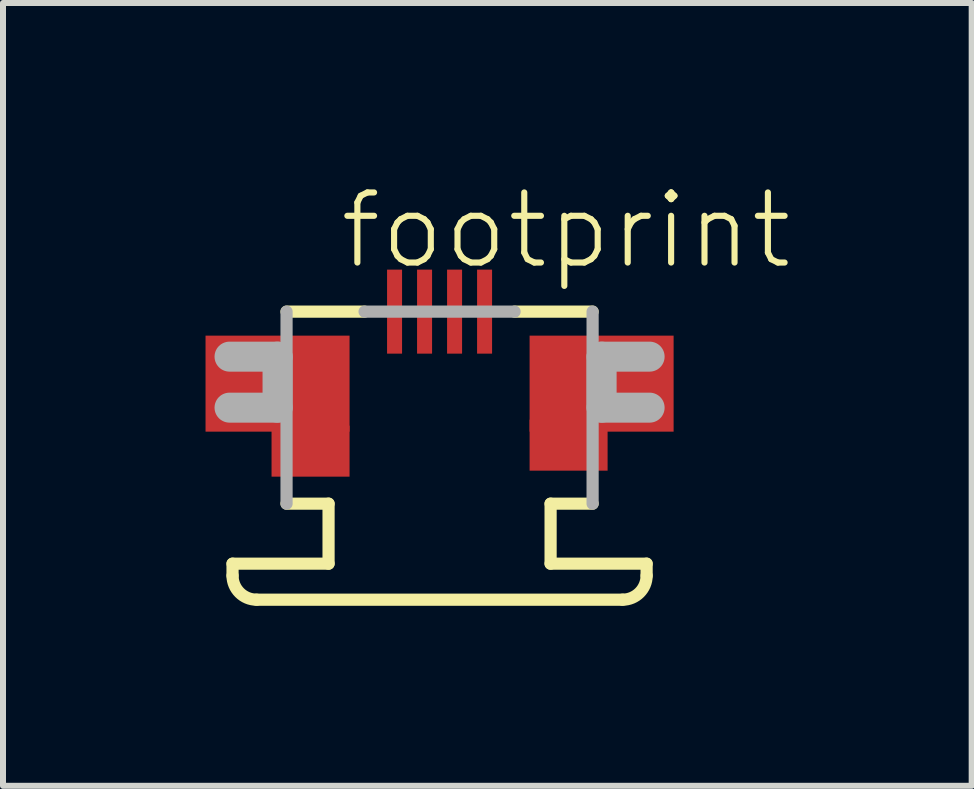
<source format=kicad_pcb>
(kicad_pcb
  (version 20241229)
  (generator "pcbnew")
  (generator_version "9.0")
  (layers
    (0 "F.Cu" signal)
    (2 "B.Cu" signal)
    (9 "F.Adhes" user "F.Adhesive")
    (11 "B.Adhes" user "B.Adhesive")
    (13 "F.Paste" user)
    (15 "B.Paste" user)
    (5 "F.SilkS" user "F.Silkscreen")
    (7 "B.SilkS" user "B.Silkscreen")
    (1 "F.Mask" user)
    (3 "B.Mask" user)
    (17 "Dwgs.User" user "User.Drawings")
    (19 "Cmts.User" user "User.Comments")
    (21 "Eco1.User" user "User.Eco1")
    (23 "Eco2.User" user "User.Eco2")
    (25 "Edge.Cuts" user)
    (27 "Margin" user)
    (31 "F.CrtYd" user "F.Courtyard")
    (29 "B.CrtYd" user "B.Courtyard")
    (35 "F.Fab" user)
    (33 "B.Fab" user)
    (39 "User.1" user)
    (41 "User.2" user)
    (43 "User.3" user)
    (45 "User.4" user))
  (footprint "footprint"
    (layer "F.Cu")
    (at 4.275 2.743)
    (property "Reference" "footprint" (at -1.715 -1.27 0) (layer "F.SilkS") (effects (font (size 1.168 1.168) (thickness 0.102)) (justify left bottom)))
    (fp_poly (pts (xy -3.9 1.4) (xy -1.5 1.4) (xy -1.5 -0.2) (xy -3.9 -0.2)) (stroke (width 0) (type solid)) (fill yes) (layer "F.Cu"))
    (fp_poly (pts (xy -2.8 2.15) (xy -1.5 2.15) (xy -1.5 1.3) (xy -2.8 1.3)) (stroke (width 0) (type solid)) (fill yes) (layer "F.Cu"))
    (fp_poly (pts (xy 1.5 1.4) (xy 3.9 1.4) (xy 3.9 -0.2) (xy 1.5 -0.2)) (stroke (width 0) (type solid)) (fill yes) (layer "F.Cu"))
    (fp_poly (pts (xy 1.5 2.05) (xy 2.8 2.05) (xy 2.8 1.2) (xy 1.5 1.2)) (stroke (width 0) (type solid)) (fill yes) (layer "F.Cu"))
    (fp_poly (pts (xy -3.9 1.4) (xy -1.5 1.4) (xy -1.5 -0.2) (xy -3.9 -0.2)) (stroke (width 0) (type solid)) (fill yes) (layer "F.Mask"))
    (fp_poly (pts (xy -2.8 2.15) (xy -1.5 2.15) (xy -1.5 1.3) (xy -2.8 1.3)) (stroke (width 0) (type solid)) (fill yes) (layer "F.Mask"))
    (fp_poly (pts (xy -0.9 0.1) (xy -0.6 0.1) (xy -0.6 -1.3) (xy -0.9 -1.3)) (stroke (width 0) (type solid)) (fill yes) (layer "F.Mask"))
    (fp_poly (pts (xy -0.4 0.1) (xy -0.1 0.1) (xy -0.1 -1.3) (xy -0.4 -1.3)) (stroke (width 0) (type solid)) (fill yes) (layer "F.Mask"))
    (fp_poly (pts (xy 0.1 0.1) (xy 0.4 0.1) (xy 0.4 -1.3) (xy 0.1 -1.3)) (stroke (width 0) (type solid)) (fill yes) (layer "F.Mask"))
    (fp_poly (pts (xy 0.6 0.1) (xy 0.9 0.1) (xy 0.9 -1.3) (xy 0.6 -1.3)) (stroke (width 0) (type solid)) (fill yes) (layer "F.Mask"))
    (fp_poly (pts (xy 1.5 1.4) (xy 3.9 1.4) (xy 3.9 -0.2) (xy 1.5 -0.2)) (stroke (width 0) (type solid)) (fill yes) (layer "F.Mask"))
    (fp_poly (pts (xy 1.5 2.1) (xy 2.8 2.1) (xy 2.8 1.4) (xy 1.5 1.4)) (stroke (width 0) (type solid)) (fill yes) (layer "F.Mask"))
    (fp_line (start -3.45 3.6) (end -1.85 3.6) (stroke (width 0.203) (type solid)) (layer "F.SilkS"))
    (fp_line (start -3.45 3.8) (end -3.45 3.6) (stroke (width 0.203) (type solid)) (layer "F.SilkS"))
    (fp_line (start -2.55 -0.6) (end -1.25 -0.6) (stroke (width 0.203) (type solid)) (layer "F.SilkS"))
    (fp_line (start -1.85 2.6) (end -2.55 2.6) (stroke (width 0.203) (type solid)) (layer "F.SilkS"))
    (fp_line (start -1.85 3.6) (end -1.85 2.6) (stroke (width 0.203) (type solid)) (layer "F.SilkS"))
    (fp_line (start 1.25 -0.6) (end 2.55 -0.6) (stroke (width 0.203) (type solid)) (layer "F.SilkS"))
    (fp_line (start 1.85 2.6) (end 1.85 3.6) (stroke (width 0.203) (type solid)) (layer "F.SilkS"))
    (fp_line (start 1.85 3.6) (end 3.45 3.6) (stroke (width 0.203) (type solid)) (layer "F.SilkS"))
    (fp_line (start 2.55 2.6) (end 1.85 2.6) (stroke (width 0.203) (type solid)) (layer "F.SilkS"))
    (fp_line (start 3.05 4.2) (end -3.05 4.2) (stroke (width 0.203) (type solid)) (layer "F.SilkS"))
    (fp_line (start 3.45 3.6) (end 3.45 3.8) (stroke (width 0.203) (type solid)) (layer "F.SilkS"))
    (fp_arc (start -3.05 4.2) (mid -3.332843 4.082843) (end -3.45 3.8) (stroke (width 0.2032) (type solid)) (layer "F.SilkS"))
    (fp_arc (start 3.45 3.8) (mid 3.332843 4.082843) (end 3.05 4.2) (stroke (width 0.2032) (type solid)) (layer "F.SilkS"))
    (fp_poly (pts (xy -4.275 1.9) (xy -2.1 1.9) (xy -2.1 -0.075) (xy -4.275 -0.075)) (stroke (width 0) (type solid)) (fill yes) (layer "F.Paste"))
    (fp_poly (pts (xy -3.2 2.75) (xy -2.1 2.75) (xy -2.1 1.9) (xy -3.2 1.9)) (stroke (width 0) (type solid)) (fill yes) (layer "F.Paste"))
    (fp_poly (pts (xy 2.1 1.9) (xy 4.275 1.9) (xy 4.275 -0.075) (xy 2.1 -0.075)) (stroke (width 0) (type solid)) (fill yes) (layer "F.Paste"))
    (fp_poly (pts (xy 2.1 2.75) (xy 3.2 2.75) (xy 3.2 1.9) (xy 2.1 1.9)) (stroke (width 0) (type solid)) (fill yes) (layer "F.Paste"))
    (fp_line (start -3.5 0.15) (end -2.7 0.15) (stroke (width 0.5) (type solid)) (layer "F.Fab"))
    (fp_line (start -2.7 0.15) (end -2.7 1) (stroke (width 0.5) (type solid)) (layer "F.Fab"))
    (fp_line (start -2.7 1) (end -3.5 1) (stroke (width 0.5) (type solid)) (layer "F.Fab"))
    (fp_line (start -2.55 2.6) (end -2.55 -0.6) (stroke (width 0.203) (type solid)) (layer "F.Fab"))
    (fp_line (start -1.25 -0.6) (end 1.25 -0.6) (stroke (width 0.203) (type solid)) (layer "F.Fab"))
    (fp_line (start 2.55 -0.6) (end 2.55 2.6) (stroke (width 0.203) (type solid)) (layer "F.Fab"))
    (fp_line (start 2.7 0.15) (end 3.5 0.15) (stroke (width 0.5) (type solid)) (layer "F.Fab"))
    (fp_line (start 2.7 1) (end 2.7 0.15) (stroke (width 0.5) (type solid)) (layer "F.Fab"))
    (fp_line (start 3.5 1) (end 2.7 1) (stroke (width 0.5) (type solid)) (layer "F.Fab"))
    (pad "1" smd rect (at -0.75 -0.6) (size 0.25 1.4) (layers "F.Cu" "F.Paste"))
    (pad "2" smd rect (at -0.25 -0.6) (size 0.25 1.4) (layers "F.Cu" "F.Paste"))
    (pad "3" smd rect (at 0.25 -0.6) (size 0.25 1.4) (layers "F.Cu" "F.Paste"))
    (pad "4" smd rect (at 0.75 -0.6) (size 0.25 1.4) (layers "F.Cu" "F.Paste")))
  (gr_rect
    (start -3 -3)
    (end 13.142 10.045)
    (stroke (width 0.1) (type default))
    (fill no)
    (layer "Edge.Cuts")))
</source>
